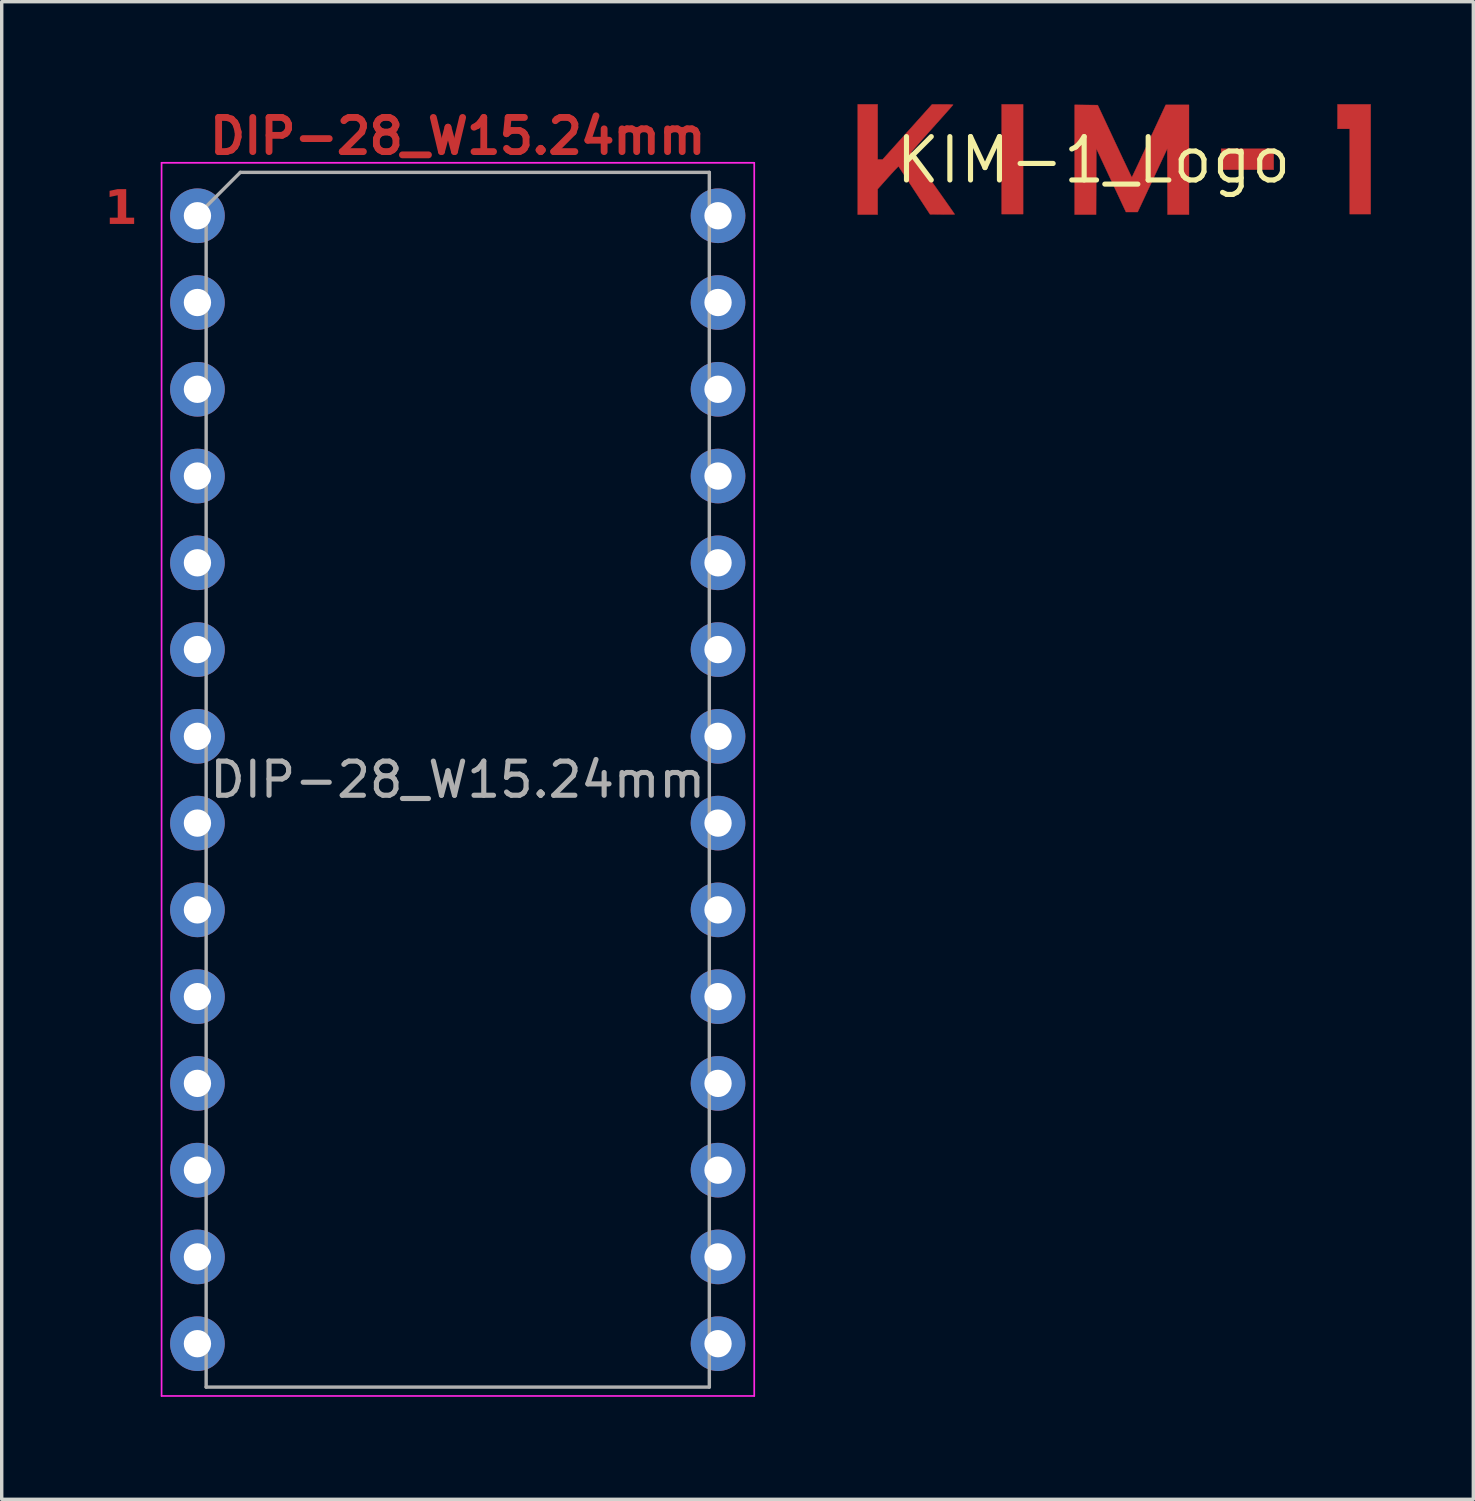
<source format=kicad_pcb>
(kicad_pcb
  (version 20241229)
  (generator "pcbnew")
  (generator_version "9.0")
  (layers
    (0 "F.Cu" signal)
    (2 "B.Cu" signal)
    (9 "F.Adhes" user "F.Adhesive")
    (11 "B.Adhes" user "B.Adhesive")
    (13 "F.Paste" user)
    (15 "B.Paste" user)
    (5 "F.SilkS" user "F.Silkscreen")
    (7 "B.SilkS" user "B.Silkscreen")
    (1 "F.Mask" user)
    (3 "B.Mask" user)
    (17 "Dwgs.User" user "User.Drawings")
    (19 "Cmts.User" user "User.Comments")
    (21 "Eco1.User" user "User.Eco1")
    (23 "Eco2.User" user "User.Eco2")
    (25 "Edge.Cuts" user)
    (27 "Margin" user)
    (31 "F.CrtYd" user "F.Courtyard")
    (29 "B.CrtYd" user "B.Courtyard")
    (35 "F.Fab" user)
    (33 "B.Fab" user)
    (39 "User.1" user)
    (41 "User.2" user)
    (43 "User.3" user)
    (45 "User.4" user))
  (footprint "KIM-1_Logo"
    (layer "F.Cu")
    (at 28.96 1.639)
    (property "Reference" "KIM-1_Logo" (at 0 0 0) (layer "F.SilkS") (effects (font (size 1.27 1.27) (thickness 0.15))))
    (attr through_hole board_only exclude_from_bom allow_missing_courtyard)
    (fp_poly (pts (xy -2.059 1.578) (xy -2.687 1.578) (xy -2.687 -1.634) (xy -2.059 -1.634) (xy -2.059 1.578)) (stroke (width 0.01) (type solid)) (fill yes) (layer "F.Cu"))
    (fp_poly (pts (xy 5.277 0.278) (xy 3.738 0.278) (xy 3.738 -0.334) (xy 5.277 -0.334) (xy 5.277 0.278)) (stroke (width 0.01) (type solid)) (fill yes) (layer "F.Cu"))
    (fp_poly (pts (xy 8.116 1.578) (xy 7.503 1.578) (xy 7.503 -0.917) (xy 7.145 -0.917) (xy 7.145 -1.634) (xy 8.116 -1.634) (xy 8.116 1.578)) (stroke (width 0.01) (type solid)) (fill yes) (layer "F.Cu"))
    (fp_poly (pts (xy -0.212 -1.616) (xy 0.126 -1.612) (xy 0.621 -0.555) (xy 0.699 -0.389) (xy 0.774 -0.23) (xy 0.843 -0.082) (xy 0.908 0.054) (xy 0.966 0.176) (xy 1.016 0.281) (xy 1.058 0.369) (xy 1.09 0.436) (xy 1.112 0.48) (xy 1.123 0.5) (xy 1.123 0.501) (xy 1.131 0.488) (xy 1.15 0.45) (xy 1.179 0.388) (xy 1.218 0.306) (xy 1.266 0.205) (xy 1.322 0.087) (xy 1.384 -0.046) (xy 1.452 -0.191) (xy 1.525 -0.348) (xy 1.602 -0.513) (xy 1.623 -0.559) (xy 2.116 -1.619) (xy 2.797 -1.619) (xy 2.797 1.593) (xy 2.17 1.593) (xy 2.166 0.627) (xy 2.162 -0.339) (xy 1.729 0.59) (xy 1.295 1.518) (xy 1.123 1.518) (xy 0.952 1.518) (xy 0.518 0.589) (xy 0.085 -0.339) (xy 0.081 0.627) (xy 0.077 1.593) (xy -0.55 1.593) (xy -0.55 -1.62) (xy -0.212 -1.616)) (stroke (width 0.01) (type solid)) (fill yes) (layer "F.Cu"))
    (fp_poly (pts (xy -6.317 -0.021) (xy -6.171 -0.021) (xy -5.448 -0.826) (xy -4.726 -1.632) (xy -4.415 -1.633) (xy -4.322 -1.633) (xy -4.24 -1.632) (xy -4.175 -1.629) (xy -4.13 -1.626) (xy -4.109 -1.622) (xy -4.108 -1.621) (xy -4.119 -1.608) (xy -4.148 -1.575) (xy -4.193 -1.523) (xy -4.253 -1.455) (xy -4.327 -1.372) (xy -4.411 -1.277) (xy -4.506 -1.171) (xy -4.608 -1.057) (xy -4.716 -0.936) (xy -4.726 -0.925) (xy -4.835 -0.804) (xy -4.937 -0.689) (xy -5.031 -0.583) (xy -5.116 -0.487) (xy -5.189 -0.403) (xy -5.25 -0.334) (xy -5.295 -0.281) (xy -5.325 -0.246) (xy -5.336 -0.231) (xy -5.336 -0.23) (xy -5.327 -0.217) (xy -5.302 -0.18) (xy -5.262 -0.124) (xy -5.21 -0.049) (xy -5.145 0.043) (xy -5.07 0.15) (xy -4.986 0.269) (xy -4.894 0.4) (xy -4.796 0.539) (xy -4.697 0.679) (xy -4.594 0.824) (xy -4.496 0.963) (xy -4.404 1.093) (xy -4.321 1.211) (xy -4.247 1.317) (xy -4.183 1.408) (xy -4.131 1.482) (xy -4.093 1.538) (xy -4.069 1.573) (xy -4.061 1.585) (xy -4.075 1.587) (xy -4.116 1.589) (xy -4.177 1.59) (xy -4.257 1.59) (xy -4.35 1.59) (xy -4.423 1.589) (xy -4.784 1.585) (xy -5.241 0.888) (xy -5.326 0.758) (xy -5.406 0.636) (xy -5.48 0.523) (xy -5.546 0.423) (xy -5.603 0.337) (xy -5.649 0.268) (xy -5.682 0.218) (xy -5.702 0.188) (xy -5.706 0.182) (xy -5.718 0.191) (xy -5.747 0.219) (xy -5.791 0.264) (xy -5.847 0.324) (xy -5.913 0.396) (xy -5.986 0.477) (xy -6.016 0.51) (xy -6.317 0.847) (xy -6.317 1.593) (xy -6.9 1.593) (xy -6.9 -1.634) (xy -6.317 -1.634) (xy -6.317 -0.021)) (stroke (width 0.01) (type solid)) (fill yes) (layer "F.Cu")))
  (footprint "DIP-28_W15.24mm"
    (layer "F.Cu")
    (at 2.73 3.266)
    (property "Reference" "DIP-28_W15.24mm" (at 7.62 -2.33 0) (layer "F.Cu") (effects (font (size 1 1) (thickness 0.2) (bold yes))))
    (attr through_hole)
    (fp_line (start -1.05 -1.55) (end -1.05 34.55) (stroke (width 0.05) (type solid)) (layer "F.CrtYd"))
    (fp_line (start -1.05 34.55) (end 16.3 34.55) (stroke (width 0.05) (type solid)) (layer "F.CrtYd"))
    (fp_line (start 16.3 -1.55) (end -1.05 -1.55) (stroke (width 0.05) (type solid)) (layer "F.CrtYd"))
    (fp_line (start 16.3 34.55) (end 16.3 -1.55) (stroke (width 0.05) (type solid)) (layer "F.CrtYd"))
    (fp_line (start 0.255 -0.27) (end 1.255 -1.27) (stroke (width 0.1) (type solid)) (layer "F.Fab"))
    (fp_line (start 0.255 34.29) (end 0.255 -0.27) (stroke (width 0.1) (type solid)) (layer "F.Fab"))
    (fp_line (start 1.255 -1.27) (end 14.985 -1.27) (stroke (width 0.1) (type solid)) (layer "F.Fab"))
    (fp_line (start 14.985 -1.27) (end 14.985 34.29) (stroke (width 0.1) (type solid)) (layer "F.Fab"))
    (fp_line (start 14.985 34.29) (end 0.255 34.29) (stroke (width 0.1) (type solid)) (layer "F.Fab"))
    (fp_text user "1" (at -2.73 0.41 0) (unlocked yes) (layer "F.Cu") (effects (font (face "Futura Std") (size 1 1) (thickness 0.2) (bold yes)) (justify left bottom)))
    (fp_text user "${REFERENCE}" (at 7.62 16.51 0) (layer "F.Fab") (effects (font (size 1 1) (thickness 0.15))))
    (pad "1" thru_hole oval (at 0 0) (size 1.6 1.6) (drill 0.8) (layers "*.Cu" "*.Mask"))
    (pad "2" thru_hole oval (at 0 2.54) (size 1.6 1.6) (drill 0.8) (layers "*.Cu" "*.Mask"))
    (pad "3" thru_hole oval (at 0 5.08) (size 1.6 1.6) (drill 0.8) (layers "*.Cu" "*.Mask"))
    (pad "4" thru_hole oval (at 0 7.62) (size 1.6 1.6) (drill 0.8) (layers "*.Cu" "*.Mask"))
    (pad "5" thru_hole oval (at 0 10.16) (size 1.6 1.6) (drill 0.8) (layers "*.Cu" "*.Mask"))
    (pad "6" thru_hole oval (at 0 12.7) (size 1.6 1.6) (drill 0.8) (layers "*.Cu" "*.Mask"))
    (pad "7" thru_hole oval (at 0 15.24) (size 1.6 1.6) (drill 0.8) (layers "*.Cu" "*.Mask"))
    (pad "8" thru_hole oval (at 0 17.78) (size 1.6 1.6) (drill 0.8) (layers "*.Cu" "*.Mask"))
    (pad "9" thru_hole oval (at 0 20.32) (size 1.6 1.6) (drill 0.8) (layers "*.Cu" "*.Mask"))
    (pad "10" thru_hole oval (at 0 22.86) (size 1.6 1.6) (drill 0.8) (layers "*.Cu" "*.Mask"))
    (pad "11" thru_hole oval (at 0 25.4) (size 1.6 1.6) (drill 0.8) (layers "*.Cu" "*.Mask"))
    (pad "12" thru_hole oval (at 0 27.94) (size 1.6 1.6) (drill 0.8) (layers "*.Cu" "*.Mask"))
    (pad "13" thru_hole oval (at 0 30.48) (size 1.6 1.6) (drill 0.8) (layers "*.Cu" "*.Mask"))
    (pad "14" thru_hole oval (at 0 33.02) (size 1.6 1.6) (drill 0.8) (layers "*.Cu" "*.Mask"))
    (pad "15" thru_hole oval (at 15.24 33.02) (size 1.6 1.6) (drill 0.8) (layers "*.Cu" "*.Mask"))
    (pad "16" thru_hole oval (at 15.24 30.48) (size 1.6 1.6) (drill 0.8) (layers "*.Cu" "*.Mask"))
    (pad "17" thru_hole oval (at 15.24 27.94) (size 1.6 1.6) (drill 0.8) (layers "*.Cu" "*.Mask"))
    (pad "18" thru_hole oval (at 15.24 25.4) (size 1.6 1.6) (drill 0.8) (layers "*.Cu" "*.Mask"))
    (pad "19" thru_hole oval (at 15.24 22.86) (size 1.6 1.6) (drill 0.8) (layers "*.Cu" "*.Mask"))
    (pad "20" thru_hole oval (at 15.24 20.32) (size 1.6 1.6) (drill 0.8) (layers "*.Cu" "*.Mask"))
    (pad "21" thru_hole oval (at 15.24 17.78) (size 1.6 1.6) (drill 0.8) (layers "*.Cu" "*.Mask"))
    (pad "22" thru_hole oval (at 15.24 15.24) (size 1.6 1.6) (drill 0.8) (layers "*.Cu" "*.Mask"))
    (pad "23" thru_hole oval (at 15.24 12.7) (size 1.6 1.6) (drill 0.8) (layers "*.Cu" "*.Mask"))
    (pad "24" thru_hole oval (at 15.24 10.16) (size 1.6 1.6) (drill 0.8) (layers "*.Cu" "*.Mask"))
    (pad "25" thru_hole oval (at 15.24 7.62) (size 1.6 1.6) (drill 0.8) (layers "*.Cu" "*.Mask"))
    (pad "26" thru_hole oval (at 15.24 5.08) (size 1.6 1.6) (drill 0.8) (layers "*.Cu" "*.Mask"))
    (pad "27" thru_hole oval (at 15.24 2.54) (size 1.6 1.6) (drill 0.8) (layers "*.Cu" "*.Mask"))
    (pad "28" thru_hole oval (at 15.24 0) (size 1.6 1.6) (drill 0.8) (layers "*.Cu" "*.Mask")))
  (gr_rect
    (start -3 -3)
    (end 40.081 40.841)
    (stroke (width 0.1) (type default))
    (fill no)
    (layer "Edge.Cuts")))
</source>
